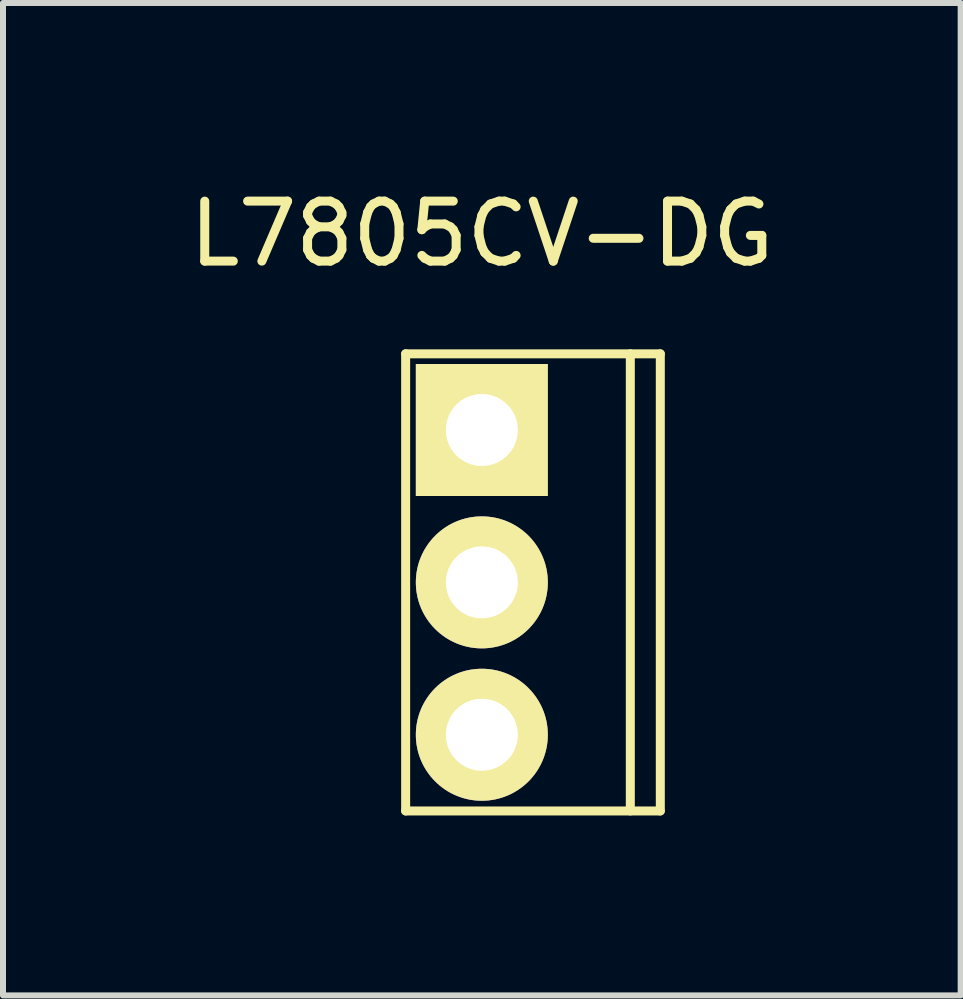
<source format=kicad_pcb>
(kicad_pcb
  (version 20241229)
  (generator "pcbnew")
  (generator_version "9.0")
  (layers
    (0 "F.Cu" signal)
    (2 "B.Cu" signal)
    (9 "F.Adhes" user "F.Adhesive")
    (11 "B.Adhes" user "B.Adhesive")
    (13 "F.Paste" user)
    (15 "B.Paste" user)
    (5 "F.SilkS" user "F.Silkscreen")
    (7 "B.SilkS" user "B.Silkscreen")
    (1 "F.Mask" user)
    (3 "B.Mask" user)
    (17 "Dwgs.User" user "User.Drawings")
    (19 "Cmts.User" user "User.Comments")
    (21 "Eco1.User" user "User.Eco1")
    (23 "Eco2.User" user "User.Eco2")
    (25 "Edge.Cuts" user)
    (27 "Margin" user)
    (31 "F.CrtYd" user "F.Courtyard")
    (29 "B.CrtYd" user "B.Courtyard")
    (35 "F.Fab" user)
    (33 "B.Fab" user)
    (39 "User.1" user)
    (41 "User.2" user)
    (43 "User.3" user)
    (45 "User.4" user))
  (footprint "L7805CV-DG"
    (layer "F.Cu")
    (at 4.982 4.118)
    (property "Reference" "L7805CV-DG" (at 0 -3.27 0) (layer "F.SilkS") (effects (font (size 1 1) (thickness 0.15))))
    (attr through_hole)
    (fp_line (start -1.27 -1.27) (end -1.27 6.35) (stroke (width 0.15) (type solid)) (layer "F.SilkS"))
    (fp_line (start -1.27 -1.27) (end 2.975 -1.27) (stroke (width 0.15) (type solid)) (layer "F.SilkS"))
    (fp_line (start -1.27 6.35) (end 2.975 6.35) (stroke (width 0.15) (type solid)) (layer "F.SilkS"))
    (fp_line (start 2.475 -1.27) (end 2.475 6.35) (stroke (width 0.15) (type solid)) (layer "F.SilkS"))
    (fp_line (start 2.975 -1.27) (end 2.975 6.35) (stroke (width 0.15) (type solid)) (layer "F.SilkS"))
    (pad "1" thru_hole rect (at 0 0) (size 2.2 2.2) (drill 1.2) (layers "*.Cu" "*.Mask" "F.SilkS"))
    (pad "2" thru_hole circle (at 0 2.54) (size 2.2 2.2) (drill 1.2) (layers "*.Cu" "*.Mask" "F.SilkS"))
    (pad "3" thru_hole circle (at 0 5.08) (size 2.2 2.2) (drill 1.2) (layers "*.Cu" "*.Mask" "F.SilkS")))
  (gr_rect
    (start -3 -3)
    (end 12.964 13.543)
    (stroke (width 0.1) (type default))
    (fill no)
    (layer "Edge.Cuts")))
</source>
